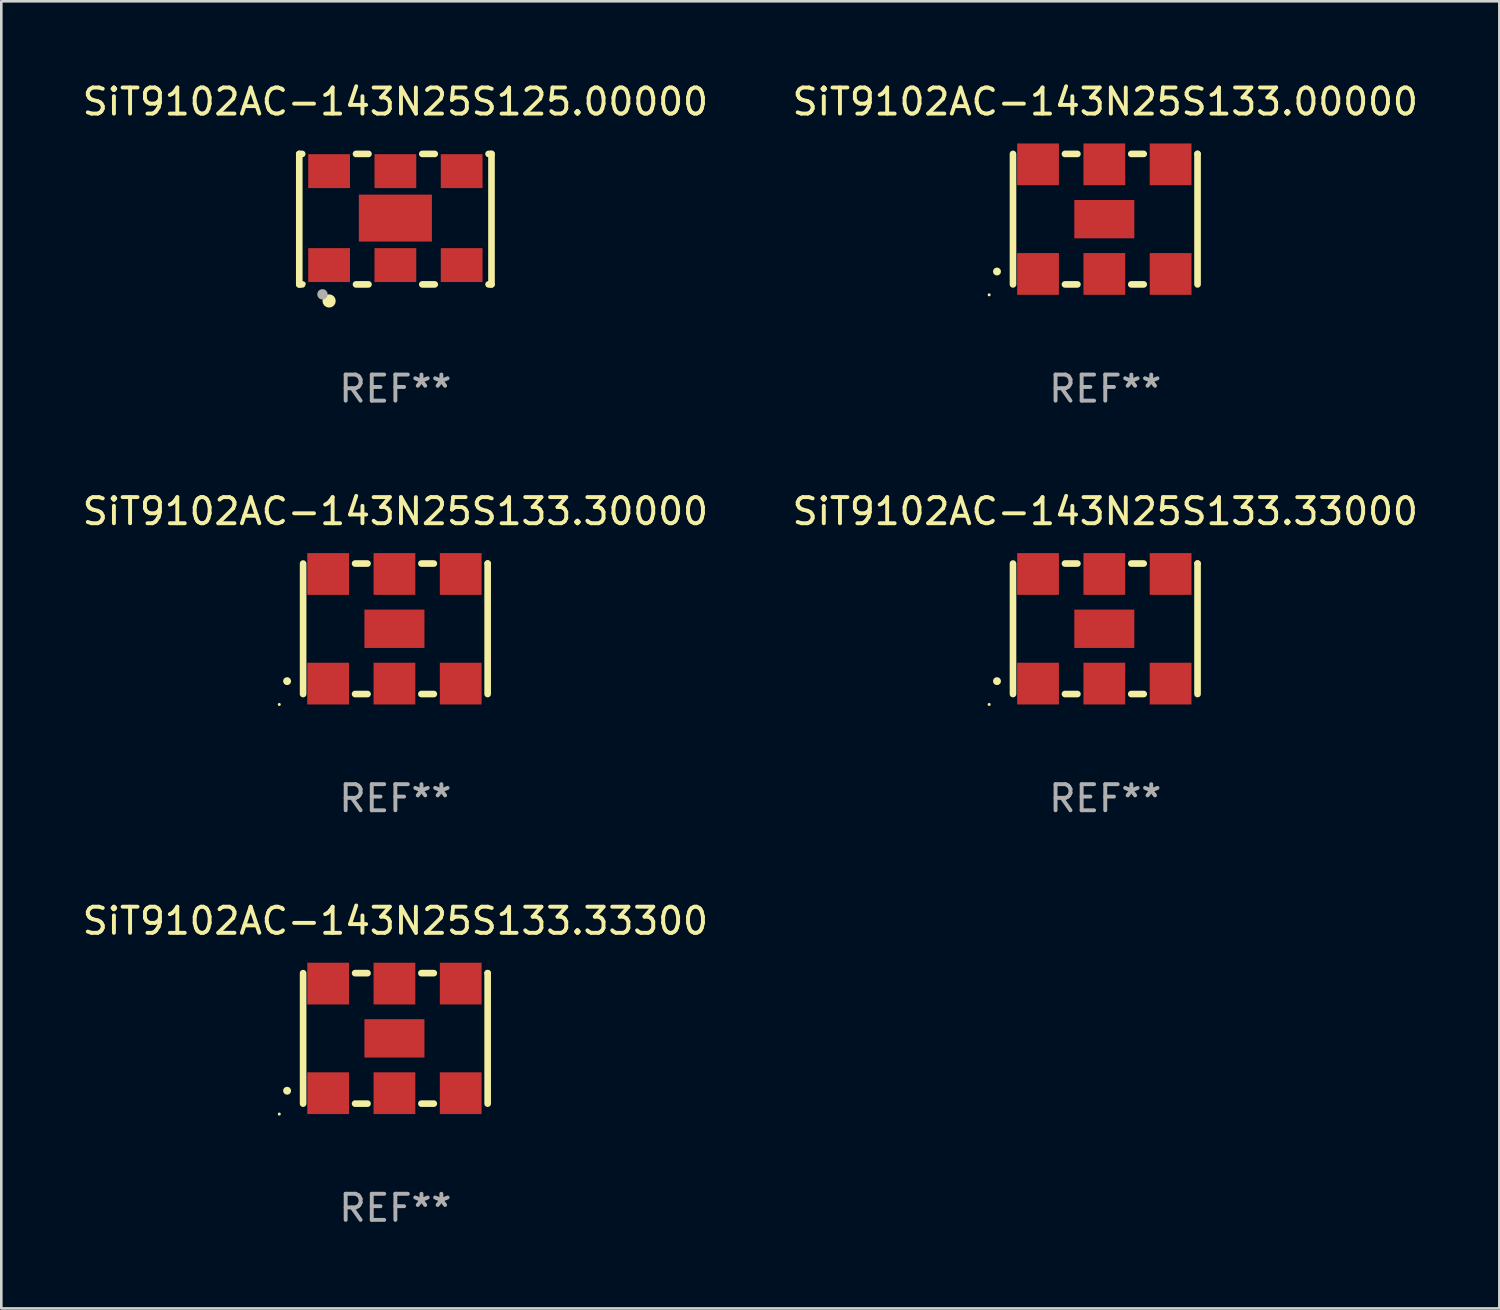
<source format=kicad_pcb>
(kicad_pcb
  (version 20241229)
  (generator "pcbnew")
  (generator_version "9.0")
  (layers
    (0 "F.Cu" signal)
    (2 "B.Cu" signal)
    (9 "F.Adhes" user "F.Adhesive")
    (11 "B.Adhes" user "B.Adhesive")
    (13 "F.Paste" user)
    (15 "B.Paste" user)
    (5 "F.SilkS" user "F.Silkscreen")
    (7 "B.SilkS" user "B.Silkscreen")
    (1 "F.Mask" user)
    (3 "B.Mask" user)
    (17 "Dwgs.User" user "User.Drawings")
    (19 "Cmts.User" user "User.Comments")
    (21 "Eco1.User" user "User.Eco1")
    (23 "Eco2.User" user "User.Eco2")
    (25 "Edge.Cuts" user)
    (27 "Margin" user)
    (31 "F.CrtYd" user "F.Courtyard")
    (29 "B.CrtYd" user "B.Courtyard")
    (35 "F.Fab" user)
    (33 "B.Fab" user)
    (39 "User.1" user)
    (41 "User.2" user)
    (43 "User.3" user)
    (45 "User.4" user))
  (footprint "SiT9102AC-143N25S125.00000"
    (layer "F.Cu")
    (at 12.101 5.348)
    (property "Reference" "SiT9102AC-143N25S125.00000" (at 0 -4.5 0) (layer "F.SilkS") (effects (font (size 1 1) (thickness 0.15))))
    (attr through_hole)
    (fp_line (start -3.683 -2.5) (end -3.571 -2.5) (stroke (width 0.254) (type solid)) (layer "F.SilkS"))
    (fp_line (start -3.683 2.5) (end -3.683 -2.5) (stroke (width 0.254) (type solid)) (layer "F.SilkS"))
    (fp_line (start -3.683 2.5) (end -3.571 2.5) (stroke (width 0.254) (type solid)) (layer "F.SilkS"))
    (fp_line (start -1.509 -2.5) (end -1.031 -2.5) (stroke (width 0.254) (type solid)) (layer "F.SilkS"))
    (fp_line (start -1.509 2.5) (end -1.031 2.5) (stroke (width 0.254) (type solid)) (layer "F.SilkS"))
    (fp_line (start 1.031 -2.5) (end 1.509 -2.5) (stroke (width 0.254) (type solid)) (layer "F.SilkS"))
    (fp_line (start 1.031 2.5) (end 1.509 2.5) (stroke (width 0.254) (type solid)) (layer "F.SilkS"))
    (fp_line (start 3.571 -2.5) (end 3.683 -2.5) (stroke (width 0.254) (type solid)) (layer "F.SilkS"))
    (fp_line (start 3.571 2.5) (end 3.683 2.5) (stroke (width 0.254) (type solid)) (layer "F.SilkS"))
    (fp_line (start 3.683 2.5) (end 3.683 -2.5) (stroke (width 0.254) (type solid)) (layer "F.SilkS"))
    (fp_circle (center -3.5 2.46) (end -3.47 2.46) (stroke (width 0.06) (type solid)) (fill no) (layer "F.SilkS"))
    (fp_circle (center -2.54 3.135) (end -2.413 3.135) (stroke (width 0.254) (type solid)) (fill no) (layer "F.SilkS"))
    (fp_circle (center -2.794 2.881) (end -2.694 2.881) (stroke (width 0.2) (type solid)) (fill no) (layer "F.Fab"))
    (fp_text user "REF**" (at 0 6.5 0) (layer "F.Fab") (effects (font (size 1 1) (thickness 0.15))))
    (pad "1" smd rect (at -2.54 1.76) (size 1.6 1.3) (layers "F.Cu" "F.Mask" "F.Paste"))
    (pad "2" smd rect (at 0 1.76) (size 1.6 1.3) (layers "F.Cu" "F.Mask" "F.Paste"))
    (pad "3" smd rect (at 2.54 1.76) (size 1.6 1.3) (layers "F.Cu" "F.Mask" "F.Paste"))
    (pad "4" smd rect (at 2.54 -1.84) (size 1.6 1.3) (layers "F.Cu" "F.Mask" "F.Paste"))
    (pad "5" smd rect (at 0 -1.84) (size 1.6 1.3) (layers "F.Cu" "F.Mask" "F.Paste"))
    (pad "6" smd rect (at -2.54 -1.84) (size 1.6 1.3) (layers "F.Cu" "F.Mask" "F.Paste"))
    (pad "7" smd rect (at 0 -0.04) (size 2.8 1.8) (layers "F.Cu" "F.Mask" "F.Paste")))
  (footprint "SiT9102AC-143N25S133.33300"
    (layer "F.Cu")
    (at 12.101 36.741)
    (property "Reference" "SiT9102AC-143N25S133.33300" (at 0 -4.5 0) (layer "F.SilkS") (effects (font (size 1 1) (thickness 0.15))))
    (attr through_hole)
    (fp_line (start -3.536 -2.5) (end -3.536 2.5) (stroke (width 0.254) (type solid)) (layer "F.SilkS"))
    (fp_line (start -1.544 2.5) (end -1.067 2.5) (stroke (width 0.254) (type solid)) (layer "F.SilkS"))
    (fp_line (start -1.067 -2.5) (end -1.544 -2.5) (stroke (width 0.254) (type solid)) (layer "F.SilkS"))
    (fp_line (start 0.996 2.5) (end 1.473 2.5) (stroke (width 0.254) (type solid)) (layer "F.SilkS"))
    (fp_line (start 1.473 -2.5) (end 0.996 -2.5) (stroke (width 0.254) (type solid)) (layer "F.SilkS"))
    (fp_line (start 3.536 -2.5) (end 3.536 -2.5) (stroke (width 0.254) (type solid)) (layer "F.SilkS"))
    (fp_line (start 3.536 2.5) (end 3.536 -2.5) (stroke (width 0.254) (type solid)) (layer "F.SilkS"))
    (fp_arc (start -4.150432 2.006604) (mid -4.149162 2.006599) (end -4.147892 2.006604) (stroke (width 0.3) (type solid)) (layer "F.SilkS"))
    (fp_circle (center -4.449 2.9) (end -4.419 2.9) (stroke (width 0.06) (type solid)) (fill no) (layer "F.SilkS"))
    (fp_text user "REF**" (at 0 6.5 0) (layer "F.Fab") (effects (font (size 1 1) (thickness 0.15))))
    (pad "1" smd rect (at -2.576 2.1) (size 1.6 1.6) (layers "F.Cu" "F.Mask" "F.Paste"))
    (pad "2" smd rect (at -0.036 2.1) (size 1.6 1.6) (layers "F.Cu" "F.Mask" "F.Paste"))
    (pad "3" smd rect (at 2.504 2.1) (size 1.6 1.6) (layers "F.Cu" "F.Mask" "F.Paste"))
    (pad "4" smd rect (at 2.504 -2.1) (size 1.6 1.6) (layers "F.Cu" "F.Mask" "F.Paste"))
    (pad "5" smd rect (at -0.036 -2.1) (size 1.6 1.6) (layers "F.Cu" "F.Mask" "F.Paste"))
    (pad "6" smd rect (at -2.576 -2.1) (size 1.6 1.6) (layers "F.Cu" "F.Mask" "F.Paste"))
    (pad "7" smd rect (at -0.036 0) (size 2.3 1.47) (layers "F.Cu" "F.Mask" "F.Paste")))
  (footprint "SiT9102AC-143N25S133.00000"
    (layer "F.Cu")
    (at 39.304 5.348)
    (property "Reference" "SiT9102AC-143N25S133.00000" (at 0 -4.5 0) (layer "F.SilkS") (effects (font (size 1 1) (thickness 0.15))))
    (attr through_hole)
    (fp_line (start -3.536 -2.5) (end -3.536 2.5) (stroke (width 0.254) (type solid)) (layer "F.SilkS"))
    (fp_line (start -1.544 2.5) (end -1.067 2.5) (stroke (width 0.254) (type solid)) (layer "F.SilkS"))
    (fp_line (start -1.067 -2.5) (end -1.544 -2.5) (stroke (width 0.254) (type solid)) (layer "F.SilkS"))
    (fp_line (start 0.996 2.5) (end 1.473 2.5) (stroke (width 0.254) (type solid)) (layer "F.SilkS"))
    (fp_line (start 1.473 -2.5) (end 0.996 -2.5) (stroke (width 0.254) (type solid)) (layer "F.SilkS"))
    (fp_line (start 3.536 -2.5) (end 3.536 -2.5) (stroke (width 0.254) (type solid)) (layer "F.SilkS"))
    (fp_line (start 3.536 2.5) (end 3.536 -2.5) (stroke (width 0.254) (type solid)) (layer "F.SilkS"))
    (fp_arc (start -4.150432 2.006604) (mid -4.149162 2.006599) (end -4.147892 2.006604) (stroke (width 0.3) (type solid)) (layer "F.SilkS"))
    (fp_circle (center -4.449 2.9) (end -4.419 2.9) (stroke (width 0.06) (type solid)) (fill no) (layer "F.SilkS"))
    (fp_text user "REF**" (at 0 6.5 0) (layer "F.Fab") (effects (font (size 1 1) (thickness 0.15))))
    (pad "1" smd rect (at -2.576 2.1) (size 1.6 1.6) (layers "F.Cu" "F.Mask" "F.Paste"))
    (pad "2" smd rect (at -0.036 2.1) (size 1.6 1.6) (layers "F.Cu" "F.Mask" "F.Paste"))
    (pad "3" smd rect (at 2.504 2.1) (size 1.6 1.6) (layers "F.Cu" "F.Mask" "F.Paste"))
    (pad "4" smd rect (at 2.504 -2.1) (size 1.6 1.6) (layers "F.Cu" "F.Mask" "F.Paste"))
    (pad "5" smd rect (at -0.036 -2.1) (size 1.6 1.6) (layers "F.Cu" "F.Mask" "F.Paste"))
    (pad "6" smd rect (at -2.576 -2.1) (size 1.6 1.6) (layers "F.Cu" "F.Mask" "F.Paste"))
    (pad "7" smd rect (at -0.036 0) (size 2.3 1.47) (layers "F.Cu" "F.Mask" "F.Paste")))
  (footprint "SiT9102AC-143N25S133.30000"
    (layer "F.Cu")
    (at 12.101 21.045)
    (property "Reference" "SiT9102AC-143N25S133.30000" (at 0 -4.5 0) (layer "F.SilkS") (effects (font (size 1 1) (thickness 0.15))))
    (attr through_hole)
    (fp_line (start -3.536 -2.5) (end -3.536 2.5) (stroke (width 0.254) (type solid)) (layer "F.SilkS"))
    (fp_line (start -1.544 2.5) (end -1.067 2.5) (stroke (width 0.254) (type solid)) (layer "F.SilkS"))
    (fp_line (start -1.067 -2.5) (end -1.544 -2.5) (stroke (width 0.254) (type solid)) (layer "F.SilkS"))
    (fp_line (start 0.996 2.5) (end 1.473 2.5) (stroke (width 0.254) (type solid)) (layer "F.SilkS"))
    (fp_line (start 1.473 -2.5) (end 0.996 -2.5) (stroke (width 0.254) (type solid)) (layer "F.SilkS"))
    (fp_line (start 3.536 -2.5) (end 3.536 -2.5) (stroke (width 0.254) (type solid)) (layer "F.SilkS"))
    (fp_line (start 3.536 2.5) (end 3.536 -2.5) (stroke (width 0.254) (type solid)) (layer "F.SilkS"))
    (fp_arc (start -4.150432 2.006604) (mid -4.149162 2.006599) (end -4.147892 2.006604) (stroke (width 0.3) (type solid)) (layer "F.SilkS"))
    (fp_circle (center -4.449 2.9) (end -4.419 2.9) (stroke (width 0.06) (type solid)) (fill no) (layer "F.SilkS"))
    (fp_text user "REF**" (at 0 6.5 0) (layer "F.Fab") (effects (font (size 1 1) (thickness 0.15))))
    (pad "1" smd rect (at -2.576 2.1) (size 1.6 1.6) (layers "F.Cu" "F.Mask" "F.Paste"))
    (pad "2" smd rect (at -0.036 2.1) (size 1.6 1.6) (layers "F.Cu" "F.Mask" "F.Paste"))
    (pad "3" smd rect (at 2.504 2.1) (size 1.6 1.6) (layers "F.Cu" "F.Mask" "F.Paste"))
    (pad "4" smd rect (at 2.504 -2.1) (size 1.6 1.6) (layers "F.Cu" "F.Mask" "F.Paste"))
    (pad "5" smd rect (at -0.036 -2.1) (size 1.6 1.6) (layers "F.Cu" "F.Mask" "F.Paste"))
    (pad "6" smd rect (at -2.576 -2.1) (size 1.6 1.6) (layers "F.Cu" "F.Mask" "F.Paste"))
    (pad "7" smd rect (at -0.036 0) (size 2.3 1.47) (layers "F.Cu" "F.Mask" "F.Paste")))
  (footprint "SiT9102AC-143N25S133.33000"
    (layer "F.Cu")
    (at 39.304 21.045)
    (property "Reference" "SiT9102AC-143N25S133.33000" (at 0 -4.5 0) (layer "F.SilkS") (effects (font (size 1 1) (thickness 0.15))))
    (attr through_hole)
    (fp_line (start -3.536 -2.5) (end -3.536 2.5) (stroke (width 0.254) (type solid)) (layer "F.SilkS"))
    (fp_line (start -1.544 2.5) (end -1.067 2.5) (stroke (width 0.254) (type solid)) (layer "F.SilkS"))
    (fp_line (start -1.067 -2.5) (end -1.544 -2.5) (stroke (width 0.254) (type solid)) (layer "F.SilkS"))
    (fp_line (start 0.996 2.5) (end 1.473 2.5) (stroke (width 0.254) (type solid)) (layer "F.SilkS"))
    (fp_line (start 1.473 -2.5) (end 0.996 -2.5) (stroke (width 0.254) (type solid)) (layer "F.SilkS"))
    (fp_line (start 3.536 -2.5) (end 3.536 -2.5) (stroke (width 0.254) (type solid)) (layer "F.SilkS"))
    (fp_line (start 3.536 2.5) (end 3.536 -2.5) (stroke (width 0.254) (type solid)) (layer "F.SilkS"))
    (fp_arc (start -4.150432 2.006604) (mid -4.149162 2.006599) (end -4.147892 2.006604) (stroke (width 0.3) (type solid)) (layer "F.SilkS"))
    (fp_circle (center -4.449 2.9) (end -4.419 2.9) (stroke (width 0.06) (type solid)) (fill no) (layer "F.SilkS"))
    (fp_text user "REF**" (at 0 6.5 0) (layer "F.Fab") (effects (font (size 1 1) (thickness 0.15))))
    (pad "1" smd rect (at -2.576 2.1) (size 1.6 1.6) (layers "F.Cu" "F.Mask" "F.Paste"))
    (pad "2" smd rect (at -0.036 2.1) (size 1.6 1.6) (layers "F.Cu" "F.Mask" "F.Paste"))
    (pad "3" smd rect (at 2.504 2.1) (size 1.6 1.6) (layers "F.Cu" "F.Mask" "F.Paste"))
    (pad "4" smd rect (at 2.504 -2.1) (size 1.6 1.6) (layers "F.Cu" "F.Mask" "F.Paste"))
    (pad "5" smd rect (at -0.036 -2.1) (size 1.6 1.6) (layers "F.Cu" "F.Mask" "F.Paste"))
    (pad "6" smd rect (at -2.576 -2.1) (size 1.6 1.6) (layers "F.Cu" "F.Mask" "F.Paste"))
    (pad "7" smd rect (at -0.036 0) (size 2.3 1.47) (layers "F.Cu" "F.Mask" "F.Paste")))
  (gr_rect
    (start -3 -3)
    (end 54.405 47.09)
    (stroke (width 0.1) (type default))
    (fill no)
    (layer "Edge.Cuts")))
</source>
